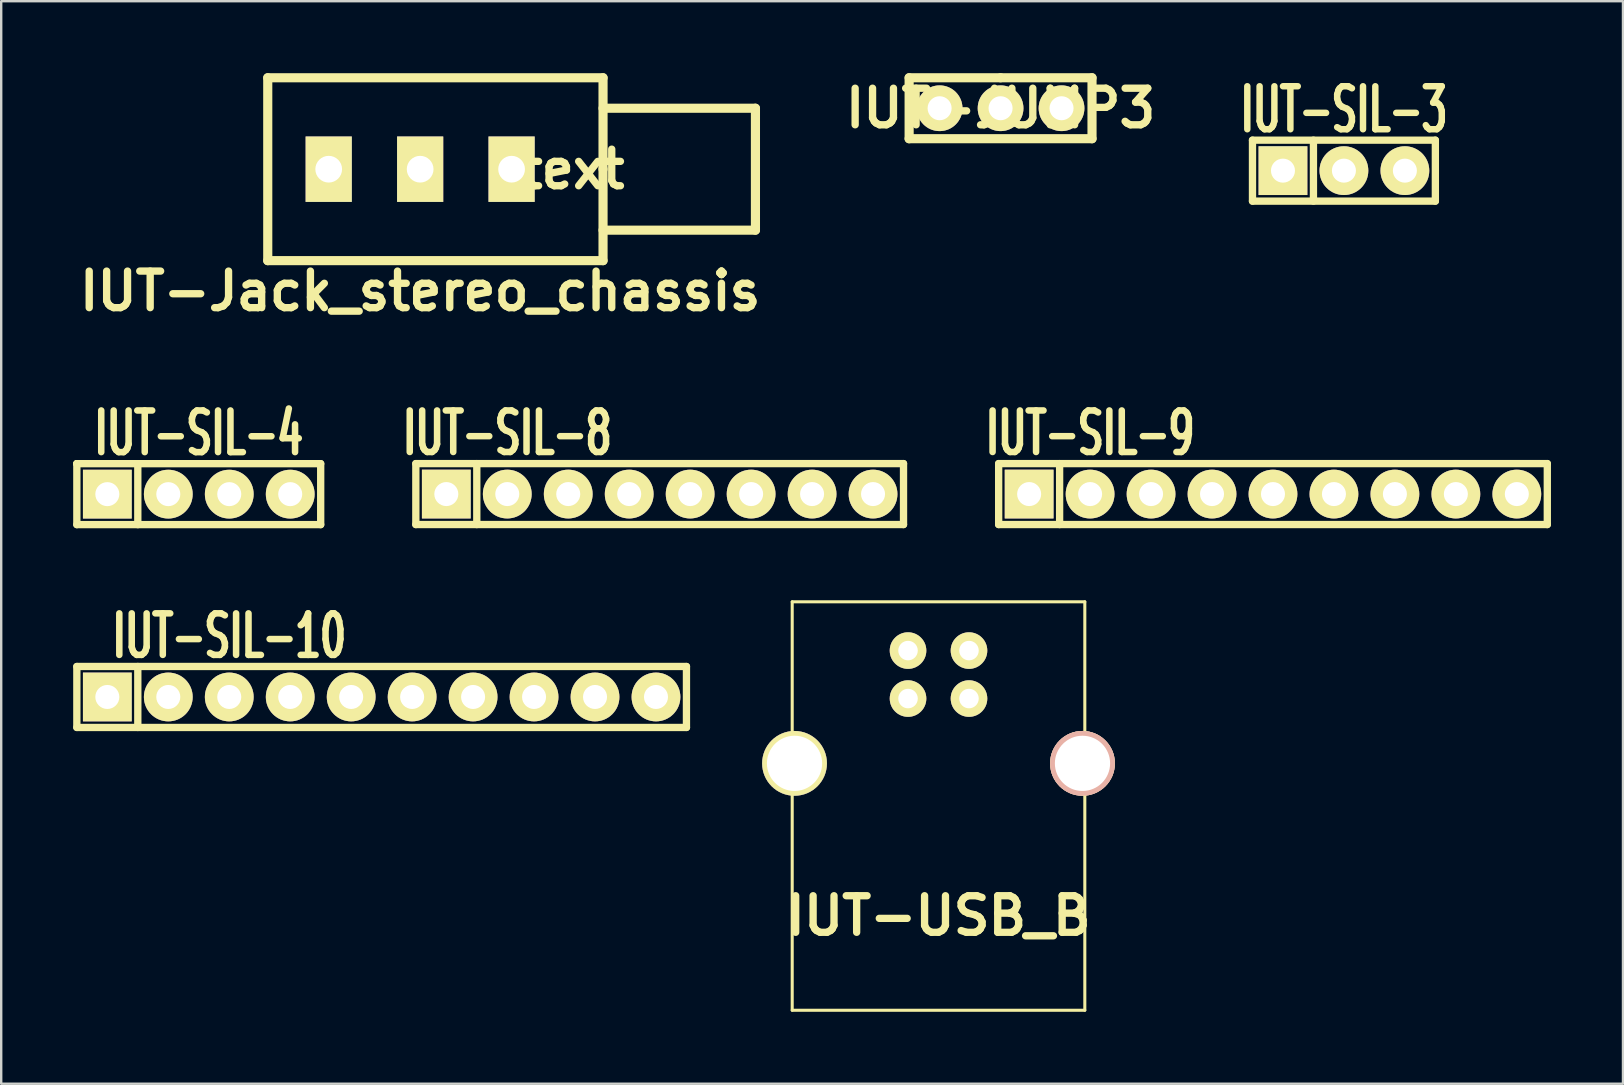
<source format=kicad_pcb>
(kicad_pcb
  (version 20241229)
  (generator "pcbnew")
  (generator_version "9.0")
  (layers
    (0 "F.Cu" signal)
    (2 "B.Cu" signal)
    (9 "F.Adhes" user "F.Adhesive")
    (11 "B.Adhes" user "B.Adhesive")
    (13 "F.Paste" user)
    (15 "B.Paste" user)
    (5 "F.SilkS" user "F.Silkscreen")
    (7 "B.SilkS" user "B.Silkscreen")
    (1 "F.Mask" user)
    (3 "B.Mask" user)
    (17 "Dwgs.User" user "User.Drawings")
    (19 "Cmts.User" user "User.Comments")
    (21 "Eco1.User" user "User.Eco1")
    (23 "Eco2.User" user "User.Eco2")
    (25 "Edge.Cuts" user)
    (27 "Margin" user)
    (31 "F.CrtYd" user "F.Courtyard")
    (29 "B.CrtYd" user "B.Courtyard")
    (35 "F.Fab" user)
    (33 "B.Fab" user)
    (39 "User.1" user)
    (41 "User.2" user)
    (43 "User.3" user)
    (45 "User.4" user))
  (footprint "IUT-SIL-8"
    (layer "F.Cu")
    (at 24.436 17.536)
    (property "Reference" "IUT-SIL-8" (at -6.35 -2.54 0) (layer "F.SilkS") (effects (font (size 1.73 1.087) (thickness 0.305))))
    (attr through_hole)
    (fp_line (start -10.16 -1.27) (end 10.16 -1.27) (stroke (width 0.305) (type solid)) (layer "F.SilkS"))
    (fp_line (start -10.16 1.27) (end -10.16 -1.27) (stroke (width 0.305) (type solid)) (layer "F.SilkS"))
    (fp_line (start -7.62 1.27) (end -7.62 -1.27) (stroke (width 0.305) (type solid)) (layer "F.SilkS"))
    (fp_line (start 10.16 -1.27) (end 10.16 1.27) (stroke (width 0.305) (type solid)) (layer "F.SilkS"))
    (fp_line (start 10.16 1.27) (end -10.16 1.27) (stroke (width 0.305) (type solid)) (layer "F.SilkS"))
    (pad "1" thru_hole rect (at -8.89 0) (size 2.032 2.032) (drill 1.001) (layers "*.Mask" "B.Cu" "F.SilkS"))
    (pad "2" thru_hole circle (at -6.35 0) (size 2.032 2.032) (drill 1.001) (layers "*.Mask" "B.Cu" "F.SilkS"))
    (pad "3" thru_hole circle (at -3.81 0) (size 2.032 2.032) (drill 1.001) (layers "*.Mask" "B.Cu" "F.SilkS"))
    (pad "4" thru_hole circle (at -1.27 0) (size 2.032 2.032) (drill 1.001) (layers "*.Mask" "B.Cu" "F.SilkS"))
    (pad "5" thru_hole circle (at 1.27 0) (size 2.032 2.032) (drill 1.001) (layers "*.Mask" "B.Cu" "F.SilkS"))
    (pad "6" thru_hole circle (at 3.81 0) (size 2.032 2.032) (drill 1.001) (layers "*.Mask" "B.Cu" "F.SilkS"))
    (pad "7" thru_hole circle (at 6.35 0) (size 2.032 2.032) (drill 1.001) (layers "*.Mask" "B.Cu" "F.SilkS"))
    (pad "8" thru_hole circle (at 8.89 0) (size 2.032 2.032) (drill 1.001) (layers "*.Mask" "B.Cu" "F.SilkS")))
  (footprint "IUT-Jack_stereo_chassis"
    (layer "F.Cu")
    (at 14.456 4)
    (property "Reference" "IUT-Jack_stereo_chassis" (at 0 5.08 0) (layer "F.SilkS") (effects (font (size 1.524 1.524) (thickness 0.305))))
    (attr through_hole)
    (fp_line (start -6.35 -3.81) (end -6.35 3.81) (stroke (width 0.381) (type solid)) (layer "F.SilkS"))
    (fp_line (start -6.35 3.81) (end 7.62 3.81) (stroke (width 0.381) (type solid)) (layer "F.SilkS"))
    (fp_line (start 7.62 -3.81) (end -6.35 -3.81) (stroke (width 0.381) (type solid)) (layer "F.SilkS"))
    (fp_line (start 7.62 -2.54) (end 13.97 -2.54) (stroke (width 0.381) (type solid)) (layer "F.SilkS"))
    (fp_line (start 7.62 0) (end 7.62 -3.81) (stroke (width 0.381) (type solid)) (layer "F.SilkS"))
    (fp_line (start 7.62 3.81) (end 7.62 0) (stroke (width 0.381) (type solid)) (layer "F.SilkS"))
    (fp_line (start 13.97 -2.54) (end 13.97 2.54) (stroke (width 0.381) (type solid)) (layer "F.SilkS"))
    (fp_line (start 13.97 2.54) (end 7.62 2.54) (stroke (width 0.381) (type solid)) (layer "F.SilkS"))
    (fp_text user "text" (at 6.35 0 0) (layer "F.SilkS") (effects (font (size 1.524 1.524) (thickness 0.305))))
    (pad "1" thru_hole rect (at 3.81 0) (size 1.923 2.725) (drill 1.113) (layers "*.Mask" "B.Cu" "F.SilkS"))
    (pad "2" thru_hole rect (at 0 0) (size 1.923 2.725) (drill 1.113) (layers "*.Mask" "B.Cu" "F.SilkS"))
    (pad "3" thru_hole rect (at -3.81 0) (size 1.923 2.725) (drill 1.113) (layers "*.Mask" "B.Cu" "F.SilkS")))
  (footprint "IUT-SIL-9"
    (layer "F.Cu")
    (at 49.99 17.536)
    (property "Reference" "IUT-SIL-9" (at -7.62 -2.54 0) (layer "F.SilkS") (effects (font (size 1.73 1.087) (thickness 0.305))))
    (attr through_hole)
    (fp_line (start -11.43 1.27) (end -11.43 -1.27) (stroke (width 0.305) (type solid)) (layer "F.SilkS"))
    (fp_line (start -8.89 -1.27) (end -8.89 1.27) (stroke (width 0.305) (type solid)) (layer "F.SilkS"))
    (fp_line (start 11.43 -1.27) (end -11.43 -1.27) (stroke (width 0.305) (type solid)) (layer "F.SilkS"))
    (fp_line (start 11.43 -1.27) (end 11.43 1.27) (stroke (width 0.305) (type solid)) (layer "F.SilkS"))
    (fp_line (start 11.43 1.27) (end -11.43 1.27) (stroke (width 0.305) (type solid)) (layer "F.SilkS"))
    (pad "1" thru_hole rect (at -10.16 0) (size 2.032 2.032) (drill 1.001) (layers "*.Mask" "B.Cu" "F.SilkS"))
    (pad "2" thru_hole circle (at -7.62 0) (size 2.032 2.032) (drill 1.001) (layers "*.Mask" "B.Cu" "F.SilkS"))
    (pad "3" thru_hole circle (at -5.08 0) (size 2.032 2.032) (drill 1.001) (layers "*.Mask" "B.Cu" "F.SilkS"))
    (pad "4" thru_hole circle (at -2.54 0) (size 2.032 2.032) (drill 1.001) (layers "*.Mask" "B.Cu" "F.SilkS"))
    (pad "5" thru_hole circle (at 0 0) (size 2.032 2.032) (drill 1.001) (layers "*.Mask" "B.Cu" "F.SilkS"))
    (pad "6" thru_hole circle (at 2.54 0) (size 2.032 2.032) (drill 1.001) (layers "*.Mask" "B.Cu" "F.SilkS"))
    (pad "7" thru_hole circle (at 5.08 0) (size 2.032 2.032) (drill 1.001) (layers "*.Mask" "B.Cu" "F.SilkS"))
    (pad "8" thru_hole circle (at 7.62 0) (size 2.032 2.032) (drill 1.001) (layers "*.Mask" "B.Cu" "F.SilkS"))
    (pad "9" thru_hole circle (at 10.16 0) (size 2.032 2.032) (drill 1.001) (layers "*.Mask" "B.Cu" "F.SilkS")))
  (footprint "IUT-SIL-10"
    (layer "F.Cu")
    (at 12.852 25.99)
    (property "Reference" "IUT-SIL-10" (at -6.35 -2.54 0) (layer "F.SilkS") (effects (font (size 1.73 1.087) (thickness 0.272))))
    (attr through_hole)
    (fp_line (start -12.7 -1.27) (end 12.7 -1.27) (stroke (width 0.305) (type solid)) (layer "F.SilkS"))
    (fp_line (start -12.7 1.27) (end -12.7 -1.27) (stroke (width 0.305) (type solid)) (layer "F.SilkS"))
    (fp_line (start -10.16 1.27) (end -10.16 -1.27) (stroke (width 0.305) (type solid)) (layer "F.SilkS"))
    (fp_line (start 12.7 -1.27) (end 12.7 1.27) (stroke (width 0.305) (type solid)) (layer "F.SilkS"))
    (fp_line (start 12.7 1.27) (end -12.7 1.27) (stroke (width 0.305) (type solid)) (layer "F.SilkS"))
    (pad "1" thru_hole rect (at -11.43 0) (size 2.032 2.032) (drill 1.001) (layers "*.Mask" "B.Cu" "F.SilkS"))
    (pad "2" thru_hole circle (at -8.89 0) (size 2.032 2.032) (drill 1.001) (layers "*.Mask" "B.Cu" "F.SilkS"))
    (pad "3" thru_hole circle (at -6.35 0) (size 2.032 2.032) (drill 1.001) (layers "*.Mask" "B.Cu" "F.SilkS"))
    (pad "4" thru_hole circle (at -3.81 0) (size 2.032 2.032) (drill 1.001) (layers "*.Mask" "B.Cu" "F.SilkS"))
    (pad "5" thru_hole circle (at -1.27 0) (size 2.032 2.032) (drill 1.001) (layers "*.Mask" "B.Cu" "F.SilkS"))
    (pad "6" thru_hole circle (at 1.27 0) (size 2.032 2.032) (drill 1.001) (layers "*.Mask" "B.Cu" "F.SilkS"))
    (pad "7" thru_hole circle (at 3.81 0) (size 2.032 2.032) (drill 1.001) (layers "*.Mask" "B.Cu" "F.SilkS"))
    (pad "8" thru_hole circle (at 6.35 0) (size 2.032 2.032) (drill 1.001) (layers "*.Mask" "B.Cu" "F.SilkS"))
    (pad "9" thru_hole circle (at 8.89 0) (size 2.032 2.032) (drill 1.001) (layers "*.Mask" "B.Cu" "F.SilkS"))
    (pad "10" thru_hole circle (at 11.43 0) (size 2.032 2.032) (drill 1.001) (layers "*.Mask" "B.Cu" "F.SilkS")))
  (footprint "IUT-JUMP3"
    (layer "F.Cu")
    (at 38.64 1.46)
    (property "Reference" "IUT-JUMP3" (at 0 0 0) (layer "F.SilkS") (effects (font (size 1.524 1.524) (thickness 0.305))))
    (attr through_hole)
    (fp_line (start -3.81 -1.27) (end 0 -1.27) (stroke (width 0.381) (type solid)) (layer "F.SilkS"))
    (fp_line (start -3.81 1.27) (end -3.81 -1.27) (stroke (width 0.381) (type solid)) (layer "F.SilkS"))
    (fp_line (start 0 -1.27) (end 3.81 -1.27) (stroke (width 0.381) (type solid)) (layer "F.SilkS"))
    (fp_line (start 3.81 -1.27) (end 3.81 1.27) (stroke (width 0.381) (type solid)) (layer "F.SilkS"))
    (fp_line (start 3.81 1.27) (end -3.81 1.27) (stroke (width 0.381) (type solid)) (layer "F.SilkS"))
    (pad "1" thru_hole circle (at 2.54 0) (size 1.905 1.905) (drill 1.001) (layers "*.Mask" "B.Cu" "F.SilkS"))
    (pad "2" thru_hole circle (at 0 0) (size 1.905 1.905) (drill 1.001) (layers "*.Mask" "B.Cu" "F.SilkS"))
    (pad "3" thru_hole circle (at -2.54 0) (size 1.905 1.905) (drill 1.001) (layers "*.Mask" "B.Cu" "F.SilkS")))
  (footprint "IUT-SIL-3"
    (layer "F.Cu")
    (at 52.946 4.06)
    (property "Reference" "IUT-SIL-3" (at 0 -2.54 0) (layer "F.SilkS") (effects (font (size 1.791 1.077) (thickness 0.305))))
    (attr through_hole)
    (fp_line (start -3.81 -1.27) (end 3.81 -1.27) (stroke (width 0.305) (type solid)) (layer "F.SilkS"))
    (fp_line (start -3.81 1.27) (end -3.81 -1.27) (stroke (width 0.305) (type solid)) (layer "F.SilkS"))
    (fp_line (start -1.27 -1.27) (end -1.27 1.27) (stroke (width 0.305) (type solid)) (layer "F.SilkS"))
    (fp_line (start 3.81 -1.27) (end 3.81 1.27) (stroke (width 0.305) (type solid)) (layer "F.SilkS"))
    (fp_line (start 3.81 1.27) (end -3.81 1.27) (stroke (width 0.305) (type solid)) (layer "F.SilkS"))
    (pad "1" thru_hole rect (at -2.54 0) (size 2.032 2.032) (drill 1.001) (layers "*.Mask" "B.Cu" "F.SilkS"))
    (pad "2" thru_hole circle (at 0 0) (size 2.032 2.032) (drill 1.001) (layers "*.Mask" "B.Cu" "F.SilkS"))
    (pad "3" thru_hole circle (at 2.54 0) (size 2.032 2.032) (drill 1.001) (layers "*.Mask" "B.Cu" "F.SilkS")))
  (footprint "IUT-USB_B"
    (layer "F.Cu")
    (at 36.054 28.756)
    (property "Reference" "IUT-USB_B" (at 0 6.35 0) (layer "F.SilkS") (effects (font (size 1.524 1.524) (thickness 0.305))))
    (attr through_hole)
    (fp_line (start -6.096 -6.731) (end -6.096 10.287) (stroke (width 0.127) (type solid)) (layer "F.SilkS"))
    (fp_line (start -6.096 10.287) (end 6.096 10.287) (stroke (width 0.127) (type solid)) (layer "F.SilkS"))
    (fp_line (start 6.096 -6.731) (end -6.096 -6.731) (stroke (width 0.127) (type solid)) (layer "F.SilkS"))
    (fp_line (start 6.096 10.287) (end 6.096 -6.731) (stroke (width 0.127) (type solid)) (layer "F.SilkS"))
    (pad "" np_thru_hole circle (at 5.999 0) (size 2.7 2.7) (drill 2.301) (layers "*.Cu" "*.SilkS" "*.Mask"))
    (pad "1" thru_hole circle (at 1.27 -4.699) (size 1.524 1.524) (drill 0.813) (layers "*.Mask" "B.Cu" "F.SilkS"))
    (pad "2" thru_hole circle (at -1.27 -4.699) (size 1.524 1.524) (drill 0.813) (layers "*.Mask" "B.Cu" "F.SilkS"))
    (pad "3" thru_hole circle (at -1.27 -2.7) (size 1.524 1.524) (drill 0.813) (layers "*.Mask" "B.Cu" "F.SilkS"))
    (pad "4" thru_hole circle (at 1.27 -2.7) (size 1.524 1.524) (drill 0.813) (layers "*.Mask" "B.Cu" "F.SilkS"))
    (pad "6" thru_hole circle (at -5.999 0) (size 2.7 2.7) (drill 2.301) (layers "*.Mask" "B.Cu" "F.SilkS")))
  (footprint "IUT-SIL-4"
    (layer "F.Cu")
    (at 5.232 17.539)
    (property "Reference" "IUT-SIL-4" (at 0 -2.54 0) (layer "F.SilkS") (effects (font (size 1.735 1.087) (thickness 0.305))))
    (attr through_hole)
    (fp_line (start -5.08 -1.27) (end -5.08 -1.27) (stroke (width 0.305) (type solid)) (layer "F.SilkS"))
    (fp_line (start -5.08 -1.27) (end -5.08 -1.27) (stroke (width 0.305) (type solid)) (layer "F.SilkS"))
    (fp_line (start -5.08 -1.27) (end 5.08 -1.27) (stroke (width 0.305) (type solid)) (layer "F.SilkS"))
    (fp_line (start -5.08 1.27) (end -5.08 -1.27) (stroke (width 0.305) (type solid)) (layer "F.SilkS"))
    (fp_line (start -2.54 1.27) (end -2.54 -1.27) (stroke (width 0.305) (type solid)) (layer "F.SilkS"))
    (fp_line (start 5.08 -1.27) (end 5.08 1.27) (stroke (width 0.305) (type solid)) (layer "F.SilkS"))
    (fp_line (start 5.08 1.27) (end -5.08 1.27) (stroke (width 0.305) (type solid)) (layer "F.SilkS"))
    (pad "1" thru_hole rect (at -3.81 0) (size 2.032 2.032) (drill 1.001) (layers "*.Mask" "B.Cu" "F.SilkS"))
    (pad "2" thru_hole circle (at -1.27 0) (size 2.032 2.032) (drill 1.001) (layers "*.Mask" "B.Cu" "F.SilkS"))
    (pad "3" thru_hole circle (at 1.27 0) (size 2.032 2.032) (drill 1.001) (layers "*.Mask" "B.Cu" "F.SilkS"))
    (pad "4" thru_hole circle (at 3.81 0) (size 2.032 2.032) (drill 1.001) (layers "*.Mask" "B.Cu" "F.SilkS")))
  (gr_rect
    (start -3 -3)
    (end 64.573 42.106)
    (stroke (width 0.1) (type default))
    (fill no)
    (layer "Edge.Cuts")))
</source>
